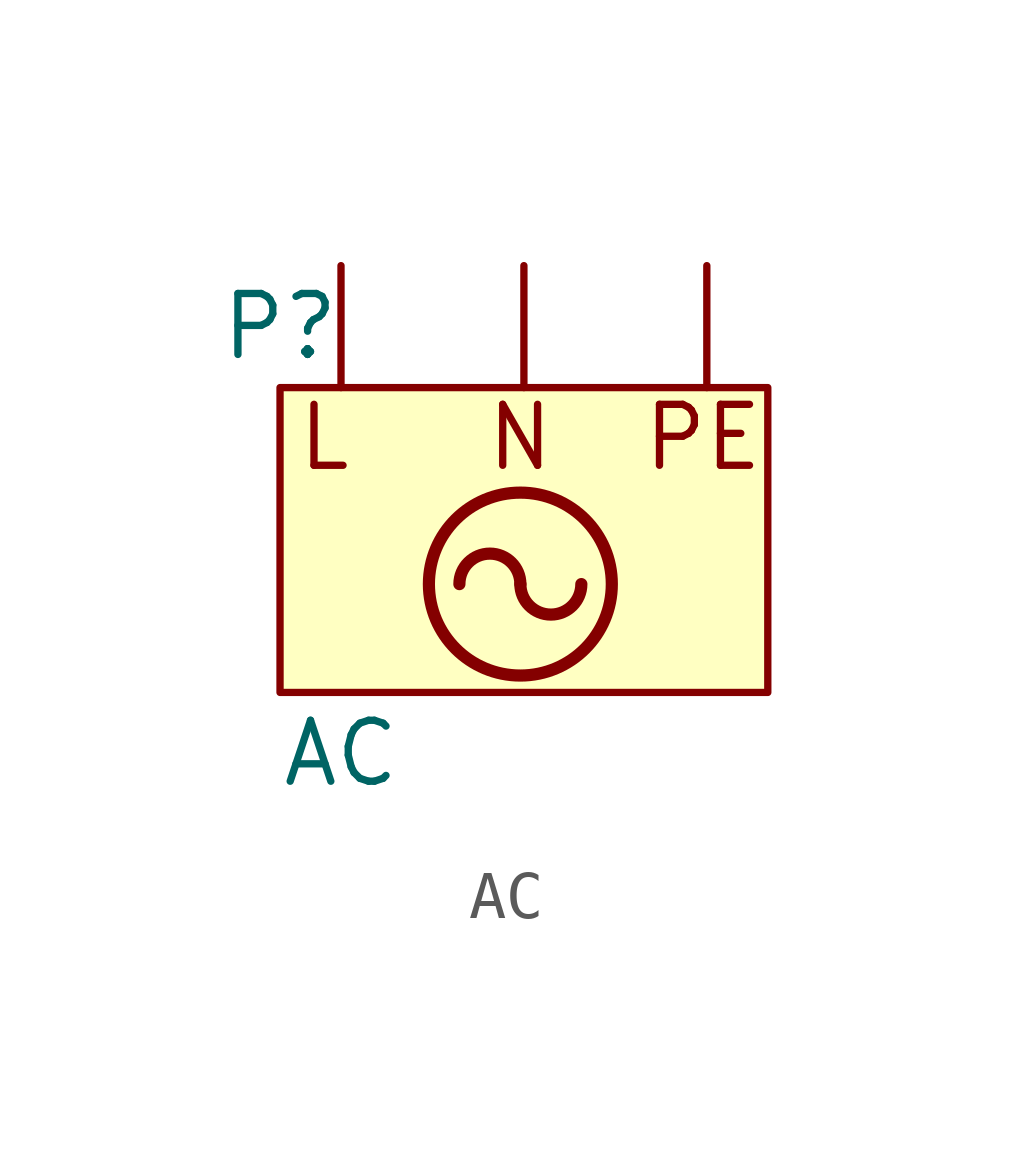
<source format=kicad_sym>
(kicad_symbol_lib
  (version 20211014)
  (generator kicad_symbol_editor)
  (symbol "AC"
    (property "Reference" "P"
      (at -5.08 5.08 0)
      (effects (font (size 1.27 1.27))))
    (property "Value" "AC"
      (at -3.81 -3.81 0)
      (effects (font (size 1.27 1.27))))
    (symbol "AC_0_0"
      (text "L   N  PE" (at 0.133 2.771 0) (effects (font (size 1.27 1.27)))))
    (symbol "AC_0_1"
      (rectangle (start -5.08 3.81) (end 5.08 -2.54) (stroke (width 0) (type default) (color 0 0 0 0)) (fill (type background)))
      (arc (start -0.0738 -0.2835) (mid -0.7088 0.3515) (end -1.3438 -0.2835) (stroke (width 0.254) (type default) (color 0 0 0 0)) (fill (type none)))
      (arc (start -0.0738 -0.2835) (mid 0.5612 -0.9185) (end 1.1962 -0.2835) (stroke (width 0.254) (type default) (color 0 0 0 0)) (fill (type none)))
      (circle (center -0.074 -0.283) (radius 1.905) (stroke (width 0.254) (type default) (color 0 0 0 0)) (fill (type none))))
    (symbol "AC_1_1"
      (pin input line (at -3.81 6.35 270) (length 2.54) (name "" (effects (font (size 1.27 1.27)))) (number "" (effects (font (size 1.27 1.27)))))
      (pin input line (at 0 6.35 270) (length 2.54) (name "" (effects (font (size 1.27 1.27)))) (number "" (effects (font (size 1.27 1.27)))))
      (pin input line (at 3.81 6.35 270) (length 2.54) (name "" (effects (font (size 1.27 1.27)))) (number "" (effects (font (size 1.27 1.27))))))))
</source>
